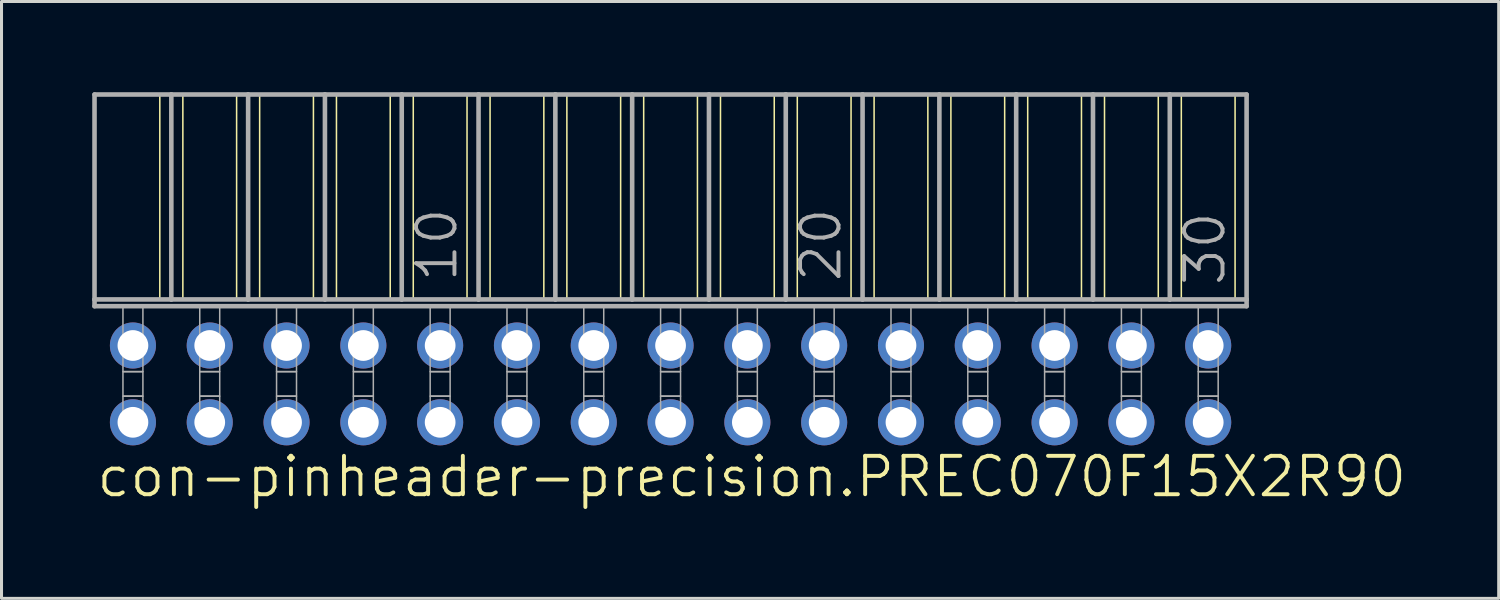
<source format=kicad_pcb>
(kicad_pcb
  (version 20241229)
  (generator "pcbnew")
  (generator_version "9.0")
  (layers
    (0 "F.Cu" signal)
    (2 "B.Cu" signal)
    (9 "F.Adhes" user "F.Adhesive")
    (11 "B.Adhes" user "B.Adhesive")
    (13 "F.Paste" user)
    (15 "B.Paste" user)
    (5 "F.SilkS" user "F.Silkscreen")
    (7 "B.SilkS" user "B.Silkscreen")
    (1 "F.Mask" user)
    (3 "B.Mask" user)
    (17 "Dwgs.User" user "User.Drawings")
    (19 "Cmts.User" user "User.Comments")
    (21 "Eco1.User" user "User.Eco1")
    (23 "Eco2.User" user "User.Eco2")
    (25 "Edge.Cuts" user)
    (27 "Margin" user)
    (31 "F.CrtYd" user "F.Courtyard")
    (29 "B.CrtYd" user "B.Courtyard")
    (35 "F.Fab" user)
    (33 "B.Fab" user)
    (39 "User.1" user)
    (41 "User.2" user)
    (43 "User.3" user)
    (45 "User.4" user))
  (footprint "con-pinheader-precision.PREC070F15X2R90"
    (layer "F.Cu")
    (at 19.126 9.646)
    (property "Reference" "con-pinheader-precision.PREC070F15X2R90" (at -19.05 3.81 0) (layer "F.SilkS") (effects (font (size 1.27 1.27) (thickness 0.13)) (justify left bottom)))
    (attr through_hole)
    (fp_line (start -16.891 -9.57) (end -16.891 -2.794) (stroke (width 0.051) (type default)) (layer "F.SilkS"))
    (fp_line (start -16.129 -9.57) (end -16.129 -2.794) (stroke (width 0.051) (type default)) (layer "F.SilkS"))
    (fp_line (start -14.351 -9.57) (end -14.351 -2.794) (stroke (width 0.051) (type default)) (layer "F.SilkS"))
    (fp_line (start -13.589 -9.57) (end -13.589 -2.794) (stroke (width 0.051) (type default)) (layer "F.SilkS"))
    (fp_line (start -11.811 -9.57) (end -11.811 -2.794) (stroke (width 0.051) (type default)) (layer "F.SilkS"))
    (fp_line (start -11.049 -9.57) (end -11.049 -2.794) (stroke (width 0.051) (type default)) (layer "F.SilkS"))
    (fp_line (start -9.271 -9.57) (end -9.271 -2.794) (stroke (width 0.051) (type default)) (layer "F.SilkS"))
    (fp_line (start -8.509 -9.57) (end -8.509 -2.794) (stroke (width 0.051) (type default)) (layer "F.SilkS"))
    (fp_line (start -6.731 -9.57) (end -6.731 -2.794) (stroke (width 0.051) (type default)) (layer "F.SilkS"))
    (fp_line (start -5.969 -9.57) (end -5.969 -2.794) (stroke (width 0.051) (type default)) (layer "F.SilkS"))
    (fp_line (start -4.191 -9.57) (end -4.191 -2.794) (stroke (width 0.051) (type default)) (layer "F.SilkS"))
    (fp_line (start -3.429 -9.57) (end -3.429 -2.794) (stroke (width 0.051) (type default)) (layer "F.SilkS"))
    (fp_line (start -1.651 -9.57) (end -1.651 -2.794) (stroke (width 0.051) (type default)) (layer "F.SilkS"))
    (fp_line (start -0.889 -9.57) (end -0.889 -2.794) (stroke (width 0.051) (type default)) (layer "F.SilkS"))
    (fp_line (start 0.889 -9.57) (end 0.889 -2.794) (stroke (width 0.051) (type default)) (layer "F.SilkS"))
    (fp_line (start 1.651 -9.57) (end 1.651 -2.794) (stroke (width 0.051) (type default)) (layer "F.SilkS"))
    (fp_line (start 3.429 -9.57) (end 3.429 -2.794) (stroke (width 0.051) (type default)) (layer "F.SilkS"))
    (fp_line (start 4.191 -9.57) (end 4.191 -2.794) (stroke (width 0.051) (type default)) (layer "F.SilkS"))
    (fp_line (start 5.969 -9.57) (end 5.969 -2.794) (stroke (width 0.051) (type default)) (layer "F.SilkS"))
    (fp_line (start 6.731 -9.57) (end 6.731 -2.794) (stroke (width 0.051) (type default)) (layer "F.SilkS"))
    (fp_line (start 8.509 -9.57) (end 8.509 -2.794) (stroke (width 0.051) (type default)) (layer "F.SilkS"))
    (fp_line (start 9.271 -9.57) (end 9.271 -2.794) (stroke (width 0.051) (type default)) (layer "F.SilkS"))
    (fp_line (start 11.049 -9.57) (end 11.049 -2.794) (stroke (width 0.051) (type default)) (layer "F.SilkS"))
    (fp_line (start 11.811 -9.57) (end 11.811 -2.794) (stroke (width 0.051) (type default)) (layer "F.SilkS"))
    (fp_line (start 13.589 -9.57) (end 13.589 -2.794) (stroke (width 0.051) (type default)) (layer "F.SilkS"))
    (fp_line (start 14.351 -9.57) (end 14.351 -2.794) (stroke (width 0.051) (type default)) (layer "F.SilkS"))
    (fp_line (start 16.129 -9.57) (end 16.129 -2.794) (stroke (width 0.051) (type default)) (layer "F.SilkS"))
    (fp_line (start 16.891 -9.57) (end 16.891 -2.794) (stroke (width 0.051) (type default)) (layer "F.SilkS"))
    (fp_line (start 18.669 -9.57) (end 18.669 -2.794) (stroke (width 0.051) (type default)) (layer "F.SilkS"))
    (fp_line (start -19.05 -9.57) (end -16.51 -9.57) (stroke (width 0.152) (type default)) (layer "F.Fab"))
    (fp_line (start -19.05 -2.794) (end -19.05 -9.57) (stroke (width 0.152) (type default)) (layer "F.Fab"))
    (fp_line (start -19.05 -2.57) (end -19.05 -2.794) (stroke (width 0.152) (type default)) (layer "F.Fab"))
    (fp_line (start -19.05 -2.57) (end 19.05 -2.57) (stroke (width 0.152) (type default)) (layer "F.Fab"))
    (fp_line (start -16.51 -9.57) (end -13.97 -9.57) (stroke (width 0.152) (type default)) (layer "F.Fab"))
    (fp_line (start -16.51 -2.794) (end -19.05 -2.794) (stroke (width 0.152) (type default)) (layer "F.Fab"))
    (fp_line (start -16.51 -2.794) (end -16.51 -9.57) (stroke (width 0.152) (type default)) (layer "F.Fab"))
    (fp_line (start -16.51 -2.794) (end -13.97 -2.794) (stroke (width 0.152) (type default)) (layer "F.Fab"))
    (fp_line (start -13.97 -9.57) (end -11.43 -9.57) (stroke (width 0.152) (type default)) (layer "F.Fab"))
    (fp_line (start -13.97 -2.794) (end -13.97 -9.57) (stroke (width 0.152) (type default)) (layer "F.Fab"))
    (fp_line (start -11.43 -9.57) (end -8.89 -9.57) (stroke (width 0.152) (type default)) (layer "F.Fab"))
    (fp_line (start -11.43 -2.794) (end -13.97 -2.794) (stroke (width 0.152) (type default)) (layer "F.Fab"))
    (fp_line (start -11.43 -2.794) (end -11.43 -9.57) (stroke (width 0.152) (type default)) (layer "F.Fab"))
    (fp_line (start -8.89 -9.57) (end -6.35 -9.57) (stroke (width 0.152) (type default)) (layer "F.Fab"))
    (fp_line (start -8.89 -2.794) (end -11.43 -2.794) (stroke (width 0.152) (type default)) (layer "F.Fab"))
    (fp_line (start -8.89 -2.794) (end -8.89 -9.57) (stroke (width 0.152) (type default)) (layer "F.Fab"))
    (fp_line (start -6.35 -9.57) (end -3.81 -9.57) (stroke (width 0.152) (type default)) (layer "F.Fab"))
    (fp_line (start -6.35 -2.794) (end -8.89 -2.794) (stroke (width 0.152) (type default)) (layer "F.Fab"))
    (fp_line (start -6.35 -2.794) (end -6.35 -9.57) (stroke (width 0.152) (type default)) (layer "F.Fab"))
    (fp_line (start -3.81 -9.57) (end -1.27 -9.57) (stroke (width 0.152) (type default)) (layer "F.Fab"))
    (fp_line (start -3.81 -2.794) (end -6.35 -2.794) (stroke (width 0.152) (type default)) (layer "F.Fab"))
    (fp_line (start -3.81 -2.794) (end -3.81 -9.57) (stroke (width 0.152) (type default)) (layer "F.Fab"))
    (fp_line (start -3.81 -2.794) (end -1.27 -2.794) (stroke (width 0.152) (type default)) (layer "F.Fab"))
    (fp_line (start -1.27 -9.57) (end 1.27 -9.57) (stroke (width 0.152) (type default)) (layer "F.Fab"))
    (fp_line (start -1.27 -2.794) (end -1.27 -9.57) (stroke (width 0.152) (type default)) (layer "F.Fab"))
    (fp_line (start 1.27 -9.57) (end 3.81 -9.57) (stroke (width 0.152) (type default)) (layer "F.Fab"))
    (fp_line (start 1.27 -2.794) (end -1.27 -2.794) (stroke (width 0.152) (type default)) (layer "F.Fab"))
    (fp_line (start 1.27 -2.794) (end 1.27 -9.57) (stroke (width 0.152) (type default)) (layer "F.Fab"))
    (fp_line (start 3.81 -9.57) (end 6.35 -9.57) (stroke (width 0.152) (type default)) (layer "F.Fab"))
    (fp_line (start 3.81 -2.794) (end 1.27 -2.794) (stroke (width 0.152) (type default)) (layer "F.Fab"))
    (fp_line (start 3.81 -2.794) (end 3.81 -9.57) (stroke (width 0.152) (type default)) (layer "F.Fab"))
    (fp_line (start 6.35 -9.57) (end 8.89 -9.57) (stroke (width 0.152) (type default)) (layer "F.Fab"))
    (fp_line (start 6.35 -2.794) (end 3.81 -2.794) (stroke (width 0.152) (type default)) (layer "F.Fab"))
    (fp_line (start 6.35 -2.794) (end 6.35 -9.57) (stroke (width 0.152) (type default)) (layer "F.Fab"))
    (fp_line (start 8.89 -9.57) (end 11.43 -9.57) (stroke (width 0.152) (type default)) (layer "F.Fab"))
    (fp_line (start 8.89 -2.794) (end 6.35 -2.794) (stroke (width 0.152) (type default)) (layer "F.Fab"))
    (fp_line (start 8.89 -2.794) (end 8.89 -9.57) (stroke (width 0.152) (type default)) (layer "F.Fab"))
    (fp_line (start 8.89 -2.794) (end 11.43 -2.794) (stroke (width 0.152) (type default)) (layer "F.Fab"))
    (fp_line (start 11.43 -9.57) (end 13.97 -9.57) (stroke (width 0.152) (type default)) (layer "F.Fab"))
    (fp_line (start 11.43 -2.794) (end 11.43 -9.57) (stroke (width 0.152) (type default)) (layer "F.Fab"))
    (fp_line (start 13.97 -9.57) (end 16.51 -9.57) (stroke (width 0.152) (type default)) (layer "F.Fab"))
    (fp_line (start 13.97 -2.794) (end 11.43 -2.794) (stroke (width 0.152) (type default)) (layer "F.Fab"))
    (fp_line (start 13.97 -2.794) (end 13.97 -9.57) (stroke (width 0.152) (type default)) (layer "F.Fab"))
    (fp_line (start 16.51 -9.57) (end 19.05 -9.57) (stroke (width 0.152) (type default)) (layer "F.Fab"))
    (fp_line (start 16.51 -2.794) (end 13.97 -2.794) (stroke (width 0.152) (type default)) (layer "F.Fab"))
    (fp_line (start 16.51 -2.794) (end 16.51 -9.57) (stroke (width 0.152) (type default)) (layer "F.Fab"))
    (fp_line (start 19.05 -2.794) (end 16.51 -2.794) (stroke (width 0.152) (type default)) (layer "F.Fab"))
    (fp_line (start 19.05 -2.794) (end 19.05 -9.57) (stroke (width 0.152) (type default)) (layer "F.Fab"))
    (fp_line (start 19.05 -2.57) (end 19.05 -2.794) (stroke (width 0.152) (type default)) (layer "F.Fab"))
    (fp_rect (start -18.11 -0.406) (end -17.45 -2.57) (stroke (width 0.05) (type default)) (fill no) (layer "F.Fab"))
    (fp_rect (start -18.11 0.406) (end -17.45 -0.406) (stroke (width 0.05) (type default)) (fill no) (layer "F.Fab"))
    (fp_rect (start -18.11 1.575) (end -17.45 0.406) (stroke (width 0.05) (type default)) (fill no) (layer "F.Fab"))
    (fp_rect (start -15.57 -0.406) (end -14.91 -2.57) (stroke (width 0.05) (type default)) (fill no) (layer "F.Fab"))
    (fp_rect (start -15.57 0.406) (end -14.91 -0.406) (stroke (width 0.05) (type default)) (fill no) (layer "F.Fab"))
    (fp_rect (start -15.57 1.575) (end -14.91 0.406) (stroke (width 0.05) (type default)) (fill no) (layer "F.Fab"))
    (fp_rect (start -13.03 -0.406) (end -12.37 -2.57) (stroke (width 0.05) (type default)) (fill no) (layer "F.Fab"))
    (fp_rect (start -13.03 0.406) (end -12.37 -0.406) (stroke (width 0.05) (type default)) (fill no) (layer "F.Fab"))
    (fp_rect (start -13.03 1.575) (end -12.37 0.406) (stroke (width 0.05) (type default)) (fill no) (layer "F.Fab"))
    (fp_rect (start -10.49 -0.406) (end -9.83 -2.57) (stroke (width 0.05) (type default)) (fill no) (layer "F.Fab"))
    (fp_rect (start -10.49 0.406) (end -9.83 -0.406) (stroke (width 0.05) (type default)) (fill no) (layer "F.Fab"))
    (fp_rect (start -10.49 1.575) (end -9.83 0.406) (stroke (width 0.05) (type default)) (fill no) (layer "F.Fab"))
    (fp_rect (start -7.95 -0.406) (end -7.29 -2.57) (stroke (width 0.05) (type default)) (fill no) (layer "F.Fab"))
    (fp_rect (start -7.95 0.406) (end -7.29 -0.406) (stroke (width 0.05) (type default)) (fill no) (layer "F.Fab"))
    (fp_rect (start -7.95 1.575) (end -7.29 0.406) (stroke (width 0.05) (type default)) (fill no) (layer "F.Fab"))
    (fp_rect (start -5.41 -0.406) (end -4.75 -2.57) (stroke (width 0.05) (type default)) (fill no) (layer "F.Fab"))
    (fp_rect (start -5.41 0.406) (end -4.75 -0.406) (stroke (width 0.05) (type default)) (fill no) (layer "F.Fab"))
    (fp_rect (start -5.41 1.575) (end -4.75 0.406) (stroke (width 0.05) (type default)) (fill no) (layer "F.Fab"))
    (fp_rect (start -2.87 -0.406) (end -2.21 -2.57) (stroke (width 0.05) (type default)) (fill no) (layer "F.Fab"))
    (fp_rect (start -2.87 0.406) (end -2.21 -0.406) (stroke (width 0.05) (type default)) (fill no) (layer "F.Fab"))
    (fp_rect (start -2.87 1.575) (end -2.21 0.406) (stroke (width 0.05) (type default)) (fill no) (layer "F.Fab"))
    (fp_rect (start -0.33 -0.406) (end 0.33 -2.57) (stroke (width 0.05) (type default)) (fill no) (layer "F.Fab"))
    (fp_rect (start -0.33 0.406) (end 0.33 -0.406) (stroke (width 0.05) (type default)) (fill no) (layer "F.Fab"))
    (fp_rect (start -0.33 1.575) (end 0.33 0.406) (stroke (width 0.05) (type default)) (fill no) (layer "F.Fab"))
    (fp_rect (start 2.21 -0.406) (end 2.87 -2.57) (stroke (width 0.05) (type default)) (fill no) (layer "F.Fab"))
    (fp_rect (start 2.21 0.406) (end 2.87 -0.406) (stroke (width 0.05) (type default)) (fill no) (layer "F.Fab"))
    (fp_rect (start 2.21 1.575) (end 2.87 0.406) (stroke (width 0.05) (type default)) (fill no) (layer "F.Fab"))
    (fp_rect (start 4.75 -0.406) (end 5.41 -2.57) (stroke (width 0.05) (type default)) (fill no) (layer "F.Fab"))
    (fp_rect (start 4.75 0.406) (end 5.41 -0.406) (stroke (width 0.05) (type default)) (fill no) (layer "F.Fab"))
    (fp_rect (start 4.75 1.575) (end 5.41 0.406) (stroke (width 0.05) (type default)) (fill no) (layer "F.Fab"))
    (fp_rect (start 7.29 -0.406) (end 7.95 -2.57) (stroke (width 0.05) (type default)) (fill no) (layer "F.Fab"))
    (fp_rect (start 7.29 0.406) (end 7.95 -0.406) (stroke (width 0.05) (type default)) (fill no) (layer "F.Fab"))
    (fp_rect (start 7.29 1.575) (end 7.95 0.406) (stroke (width 0.05) (type default)) (fill no) (layer "F.Fab"))
    (fp_rect (start 9.83 -0.406) (end 10.49 -2.57) (stroke (width 0.05) (type default)) (fill no) (layer "F.Fab"))
    (fp_rect (start 9.83 0.406) (end 10.49 -0.406) (stroke (width 0.05) (type default)) (fill no) (layer "F.Fab"))
    (fp_rect (start 9.83 1.575) (end 10.49 0.406) (stroke (width 0.05) (type default)) (fill no) (layer "F.Fab"))
    (fp_rect (start 12.37 -0.406) (end 13.03 -2.57) (stroke (width 0.05) (type default)) (fill no) (layer "F.Fab"))
    (fp_rect (start 12.37 0.406) (end 13.03 -0.406) (stroke (width 0.05) (type default)) (fill no) (layer "F.Fab"))
    (fp_rect (start 12.37 1.575) (end 13.03 0.406) (stroke (width 0.05) (type default)) (fill no) (layer "F.Fab"))
    (fp_rect (start 14.91 -0.406) (end 15.57 -2.57) (stroke (width 0.05) (type default)) (fill no) (layer "F.Fab"))
    (fp_rect (start 14.91 0.406) (end 15.57 -0.406) (stroke (width 0.05) (type default)) (fill no) (layer "F.Fab"))
    (fp_rect (start 14.91 1.575) (end 15.57 0.406) (stroke (width 0.05) (type default)) (fill no) (layer "F.Fab"))
    (fp_rect (start 17.45 -0.406) (end 18.11 -2.57) (stroke (width 0.05) (type default)) (fill no) (layer "F.Fab"))
    (fp_rect (start 17.45 0.406) (end 18.11 -0.406) (stroke (width 0.05) (type default)) (fill no) (layer "F.Fab"))
    (fp_rect (start 17.45 1.575) (end 18.11 0.406) (stroke (width 0.05) (type default)) (fill no) (layer "F.Fab"))
    (fp_text user "10" (at -6.985 -3.302 90) (layer "F.Fab") (effects (font (size 1.27 1.27) (thickness 0.13)) (justify left bottom)))
    (fp_text user "30" (at 18.415 -3.175 90) (layer "F.Fab") (effects (font (size 1.27 1.27) (thickness 0.13)) (justify left bottom)))
    (fp_text user "20" (at 5.715 -3.302 90) (layer "F.Fab") (effects (font (size 1.27 1.27) (thickness 0.13)) (justify left bottom)))
    (pad "1" thru_hole circle (at -17.78 -1.27 180) (size 1.524 1.524) (drill 1.016) (layers "*.Cu" "*.Mask"))
    (pad "2" thru_hole circle (at -17.78 1.27 180) (size 1.524 1.524) (drill 1.016) (layers "*.Cu" "*.Mask"))
    (pad "3" thru_hole circle (at -15.24 -1.27 180) (size 1.524 1.524) (drill 1.016) (layers "*.Cu" "*.Mask"))
    (pad "4" thru_hole circle (at -15.24 1.27 180) (size 1.524 1.524) (drill 1.016) (layers "*.Cu" "*.Mask"))
    (pad "5" thru_hole circle (at -12.7 -1.27 180) (size 1.524 1.524) (drill 1.016) (layers "*.Cu" "*.Mask"))
    (pad "6" thru_hole circle (at -12.7 1.27 180) (size 1.524 1.524) (drill 1.016) (layers "*.Cu" "*.Mask"))
    (pad "7" thru_hole circle (at -10.16 -1.27 180) (size 1.524 1.524) (drill 1.016) (layers "*.Cu" "*.Mask"))
    (pad "8" thru_hole circle (at -10.16 1.27 180) (size 1.524 1.524) (drill 1.016) (layers "*.Cu" "*.Mask"))
    (pad "9" thru_hole circle (at -7.62 -1.27 180) (size 1.524 1.524) (drill 1.016) (layers "*.Cu" "*.Mask"))
    (pad "10" thru_hole circle (at -7.62 1.27 180) (size 1.524 1.524) (drill 1.016) (layers "*.Cu" "*.Mask"))
    (pad "11" thru_hole circle (at -5.08 -1.27 180) (size 1.524 1.524) (drill 1.016) (layers "*.Cu" "*.Mask"))
    (pad "12" thru_hole circle (at -5.08 1.27 180) (size 1.524 1.524) (drill 1.016) (layers "*.Cu" "*.Mask"))
    (pad "13" thru_hole circle (at -2.54 -1.27 180) (size 1.524 1.524) (drill 1.016) (layers "*.Cu" "*.Mask"))
    (pad "14" thru_hole circle (at -2.54 1.27 180) (size 1.524 1.524) (drill 1.016) (layers "*.Cu" "*.Mask"))
    (pad "15" thru_hole circle (at 0 -1.27 180) (size 1.524 1.524) (drill 1.016) (layers "*.Cu" "*.Mask"))
    (pad "16" thru_hole circle (at 0 1.27 180) (size 1.524 1.524) (drill 1.016) (layers "*.Cu" "*.Mask"))
    (pad "17" thru_hole circle (at 2.54 -1.27 180) (size 1.524 1.524) (drill 1.016) (layers "*.Cu" "*.Mask"))
    (pad "18" thru_hole circle (at 2.54 1.27 180) (size 1.524 1.524) (drill 1.016) (layers "*.Cu" "*.Mask"))
    (pad "19" thru_hole circle (at 5.08 -1.27 180) (size 1.524 1.524) (drill 1.016) (layers "*.Cu" "*.Mask"))
    (pad "20" thru_hole circle (at 5.08 1.27 180) (size 1.524 1.524) (drill 1.016) (layers "*.Cu" "*.Mask"))
    (pad "21" thru_hole circle (at 7.62 -1.27 180) (size 1.524 1.524) (drill 1.016) (layers "*.Cu" "*.Mask"))
    (pad "22" thru_hole circle (at 7.62 1.27 180) (size 1.524 1.524) (drill 1.016) (layers "*.Cu" "*.Mask"))
    (pad "23" thru_hole circle (at 10.16 -1.27 180) (size 1.524 1.524) (drill 1.016) (layers "*.Cu" "*.Mask"))
    (pad "24" thru_hole circle (at 10.16 1.27 180) (size 1.524 1.524) (drill 1.016) (layers "*.Cu" "*.Mask"))
    (pad "25" thru_hole circle (at 12.7 -1.27 180) (size 1.524 1.524) (drill 1.016) (layers "*.Cu" "*.Mask"))
    (pad "26" thru_hole circle (at 12.7 1.27 180) (size 1.524 1.524) (drill 1.016) (layers "*.Cu" "*.Mask"))
    (pad "27" thru_hole circle (at 15.24 -1.27 180) (size 1.524 1.524) (drill 1.016) (layers "*.Cu" "*.Mask"))
    (pad "28" thru_hole circle (at 15.24 1.27 180) (size 1.524 1.524) (drill 1.016) (layers "*.Cu" "*.Mask"))
    (pad "29" thru_hole circle (at 17.78 -1.27 180) (size 1.524 1.524) (drill 1.016) (layers "*.Cu" "*.Mask"))
    (pad "30" thru_hole circle (at 17.78 1.27 180) (size 1.524 1.524) (drill 1.016) (layers "*.Cu" "*.Mask")))
  (gr_rect
    (start -3 -3)
    (end 46.513 16.738)
    (stroke (width 0.1) (type default))
    (fill no)
    (layer "Edge.Cuts")))
</source>
